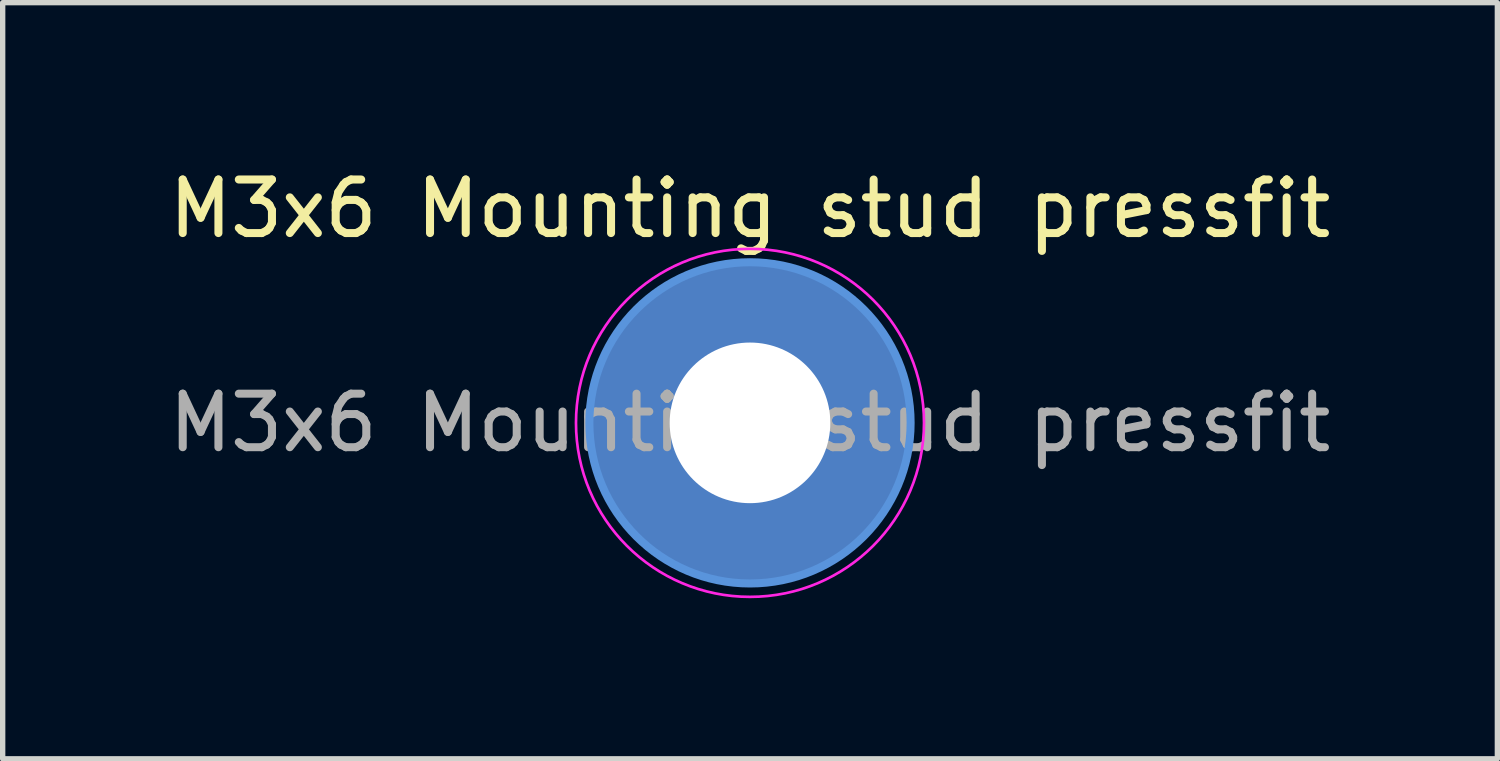
<source format=kicad_pcb>
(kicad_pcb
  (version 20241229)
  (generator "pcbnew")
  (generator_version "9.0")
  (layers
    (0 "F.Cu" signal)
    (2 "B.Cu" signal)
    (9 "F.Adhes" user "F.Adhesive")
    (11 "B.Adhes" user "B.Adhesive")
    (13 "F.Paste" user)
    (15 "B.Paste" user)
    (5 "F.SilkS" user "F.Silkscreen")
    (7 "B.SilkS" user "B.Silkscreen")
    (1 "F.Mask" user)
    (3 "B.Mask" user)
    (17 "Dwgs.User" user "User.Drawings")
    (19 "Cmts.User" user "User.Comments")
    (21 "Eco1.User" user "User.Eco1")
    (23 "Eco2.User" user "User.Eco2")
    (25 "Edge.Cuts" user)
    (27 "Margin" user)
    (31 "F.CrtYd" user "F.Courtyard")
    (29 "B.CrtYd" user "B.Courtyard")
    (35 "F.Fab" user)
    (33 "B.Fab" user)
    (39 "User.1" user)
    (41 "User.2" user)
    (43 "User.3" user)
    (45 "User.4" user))
  (footprint "M3x6 Mounting stud pressfit"
    (layer "F.Cu")
    (at 10.958 4.848)
    (property "Reference" "M3x6 Mounting stud pressfit" (at 0 -4 0) (layer "F.SilkS") (effects (font (size 1 1) (thickness 0.15))))
    (attr exclude_from_pos_files)
    (fp_circle (center 0 0) (end 3 0) (stroke (width 0.15) (type solid)) (fill no) (layer "Cmts.User"))
    (fp_circle (center 0 0) (end 3.25 0) (stroke (width 0.05) (type solid)) (fill no) (layer "F.CrtYd"))
    (fp_text user "${REFERENCE}" (at 0 0 0) (layer "F.Fab") (effects (font (size 1 1) (thickness 0.15))))
    (pad "1" thru_hole circle (at 0 0) (size 6 6) (drill 3) (layers "*.Cu" "*.Mask")))
  (gr_rect
    (start -3 -3)
    (end 24.917 11.123)
    (stroke (width 0.1) (type default))
    (fill no)
    (layer "Edge.Cuts")))
</source>
